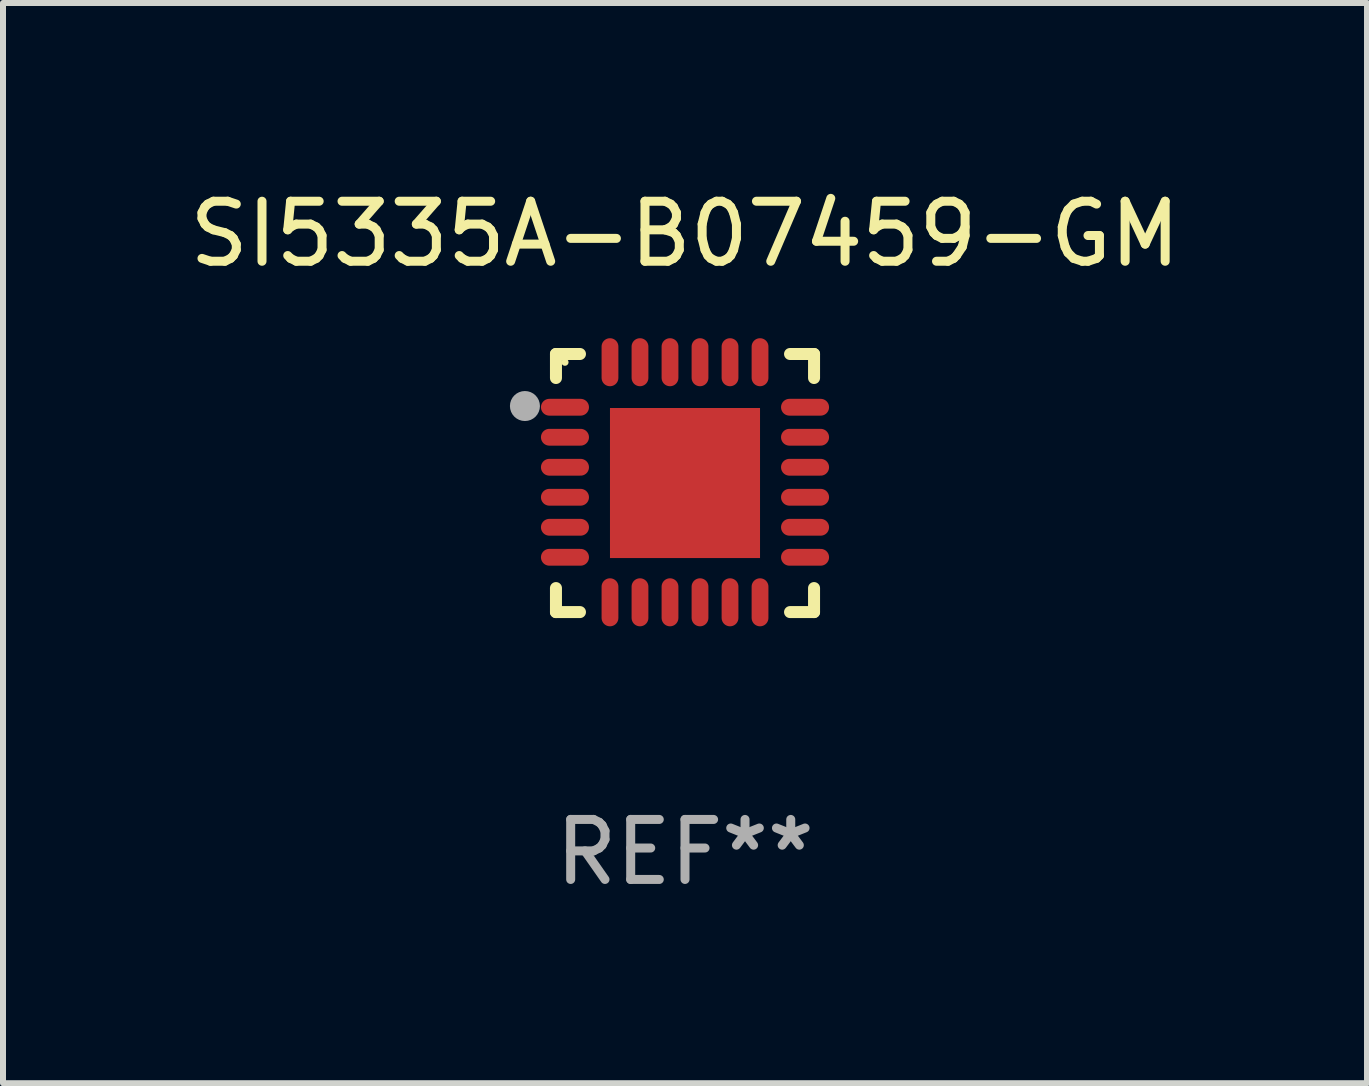
<source format=kicad_pcb>
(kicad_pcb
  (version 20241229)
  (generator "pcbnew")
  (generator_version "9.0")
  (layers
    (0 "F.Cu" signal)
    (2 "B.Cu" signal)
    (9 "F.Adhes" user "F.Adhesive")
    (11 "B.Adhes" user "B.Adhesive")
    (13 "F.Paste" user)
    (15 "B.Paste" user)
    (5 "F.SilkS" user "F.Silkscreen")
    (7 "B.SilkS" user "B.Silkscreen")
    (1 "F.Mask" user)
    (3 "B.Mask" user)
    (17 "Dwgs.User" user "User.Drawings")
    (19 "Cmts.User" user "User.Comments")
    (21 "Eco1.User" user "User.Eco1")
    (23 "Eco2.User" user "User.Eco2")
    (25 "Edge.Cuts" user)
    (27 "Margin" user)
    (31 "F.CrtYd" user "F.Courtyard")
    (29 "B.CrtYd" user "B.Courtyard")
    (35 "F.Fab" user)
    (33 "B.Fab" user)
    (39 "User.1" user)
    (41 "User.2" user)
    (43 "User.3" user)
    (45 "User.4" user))
  (footprint "SI5335A-B07459-GM"
    (layer "F.Cu")
    (at 8.363 4.998)
    (property "Reference" "SI5335A-B07459-GM" (at 0 -4.15 0) (layer "F.SilkS") (effects (font (size 1 1) (thickness 0.15))))
    (attr through_hole)
    (fp_line (start -2.15 -2.15) (end -1.75 -2.15) (stroke (width 0.2) (type solid)) (layer "F.SilkS"))
    (fp_line (start -2.15 -1.75) (end -2.15 -2.15) (stroke (width 0.2) (type solid)) (layer "F.SilkS"))
    (fp_line (start -2.15 2.15) (end -2.15 1.75) (stroke (width 0.2) (type solid)) (layer "F.SilkS"))
    (fp_line (start -1.75 2.15) (end -2.15 2.15) (stroke (width 0.2) (type solid)) (layer "F.SilkS"))
    (fp_line (start 1.75 -2.15) (end 2.15 -2.15) (stroke (width 0.2) (type solid)) (layer "F.SilkS"))
    (fp_line (start 1.75 2.15) (end 2.15 2.15) (stroke (width 0.2) (type solid)) (layer "F.SilkS"))
    (fp_line (start 2.15 -2.15) (end 2.15 -1.75) (stroke (width 0.2) (type solid)) (layer "F.SilkS"))
    (fp_line (start 2.15 2.15) (end 2.15 1.75) (stroke (width 0.2) (type solid)) (layer "F.SilkS"))
    (fp_circle (center -2 -2.013) (end -1.97 -2.013) (stroke (width 0.06) (type solid)) (fill no) (layer "F.SilkS"))
    (fp_circle (center -2.667 -1.283) (end -2.542 -1.283) (stroke (width 0.25) (type solid)) (fill no) (layer "F.Fab"))
    (fp_text user "REF**" (at 0 6.15 0) (layer "F.Fab") (effects (font (size 1 1) (thickness 0.15))))
    (pad "1" smd oval (at -2 -1.263) (size 0.8 0.28) (layers "F.Cu" "F.Mask" "F.Paste"))
    (pad "2" smd oval (at -2 -0.763) (size 0.8 0.28) (layers "F.Cu" "F.Mask" "F.Paste"))
    (pad "3" smd oval (at -2 -0.263) (size 0.8 0.28) (layers "F.Cu" "F.Mask" "F.Paste"))
    (pad "4" smd oval (at -2 0.237) (size 0.8 0.28) (layers "F.Cu" "F.Mask" "F.Paste"))
    (pad "5" smd oval (at -2 0.737) (size 0.8 0.28) (layers "F.Cu" "F.Mask" "F.Paste"))
    (pad "6" smd oval (at -2 1.237) (size 0.8 0.28) (layers "F.Cu" "F.Mask" "F.Paste"))
    (pad "7" smd oval (at -1.25 1.987) (size 0.28 0.8) (layers "F.Cu" "F.Mask" "F.Paste"))
    (pad "8" smd oval (at -0.75 1.987) (size 0.28 0.8) (layers "F.Cu" "F.Mask" "F.Paste"))
    (pad "9" smd oval (at -0.25 1.987) (size 0.28 0.8) (layers "F.Cu" "F.Mask" "F.Paste"))
    (pad "10" smd oval (at 0.25 1.987) (size 0.28 0.8) (layers "F.Cu" "F.Mask" "F.Paste"))
    (pad "11" smd oval (at 0.75 1.987) (size 0.28 0.8) (layers "F.Cu" "F.Mask" "F.Paste"))
    (pad "12" smd oval (at 1.25 1.987) (size 0.28 0.8) (layers "F.Cu" "F.Mask" "F.Paste"))
    (pad "13" smd oval (at 2 1.237) (size 0.8 0.28) (layers "F.Cu" "F.Mask" "F.Paste"))
    (pad "14" smd oval (at 2 0.737) (size 0.8 0.28) (layers "F.Cu" "F.Mask" "F.Paste"))
    (pad "15" smd oval (at 2 0.237) (size 0.8 0.28) (layers "F.Cu" "F.Mask" "F.Paste"))
    (pad "16" smd oval (at 2 -0.263) (size 0.8 0.28) (layers "F.Cu" "F.Mask" "F.Paste"))
    (pad "17" smd oval (at 2 -0.763) (size 0.8 0.28) (layers "F.Cu" "F.Mask" "F.Paste"))
    (pad "18" smd oval (at 2 -1.263) (size 0.8 0.28) (layers "F.Cu" "F.Mask" "F.Paste"))
    (pad "19" smd oval (at 1.25 -2.013) (size 0.28 0.8) (layers "F.Cu" "F.Mask" "F.Paste"))
    (pad "20" smd oval (at 0.75 -2.013) (size 0.28 0.8) (layers "F.Cu" "F.Mask" "F.Paste"))
    (pad "21" smd oval (at 0.25 -2.013) (size 0.28 0.8) (layers "F.Cu" "F.Mask" "F.Paste"))
    (pad "22" smd oval (at -0.25 -2.013) (size 0.28 0.8) (layers "F.Cu" "F.Mask" "F.Paste"))
    (pad "23" smd oval (at -0.75 -2.013) (size 0.28 0.8) (layers "F.Cu" "F.Mask" "F.Paste"))
    (pad "24" smd oval (at -1.25 -2.013) (size 0.28 0.8) (layers "F.Cu" "F.Mask" "F.Paste"))
    (pad "25" smd rect (at -0.000127 -0.00014) (size 2.5 2.5) (layers "F.Cu" "F.Mask" "F.Paste")))
  (gr_rect
    (start -3 -3)
    (end 19.726 14.997)
    (stroke (width 0.1) (type default))
    (fill no)
    (layer "Edge.Cuts")))
</source>
